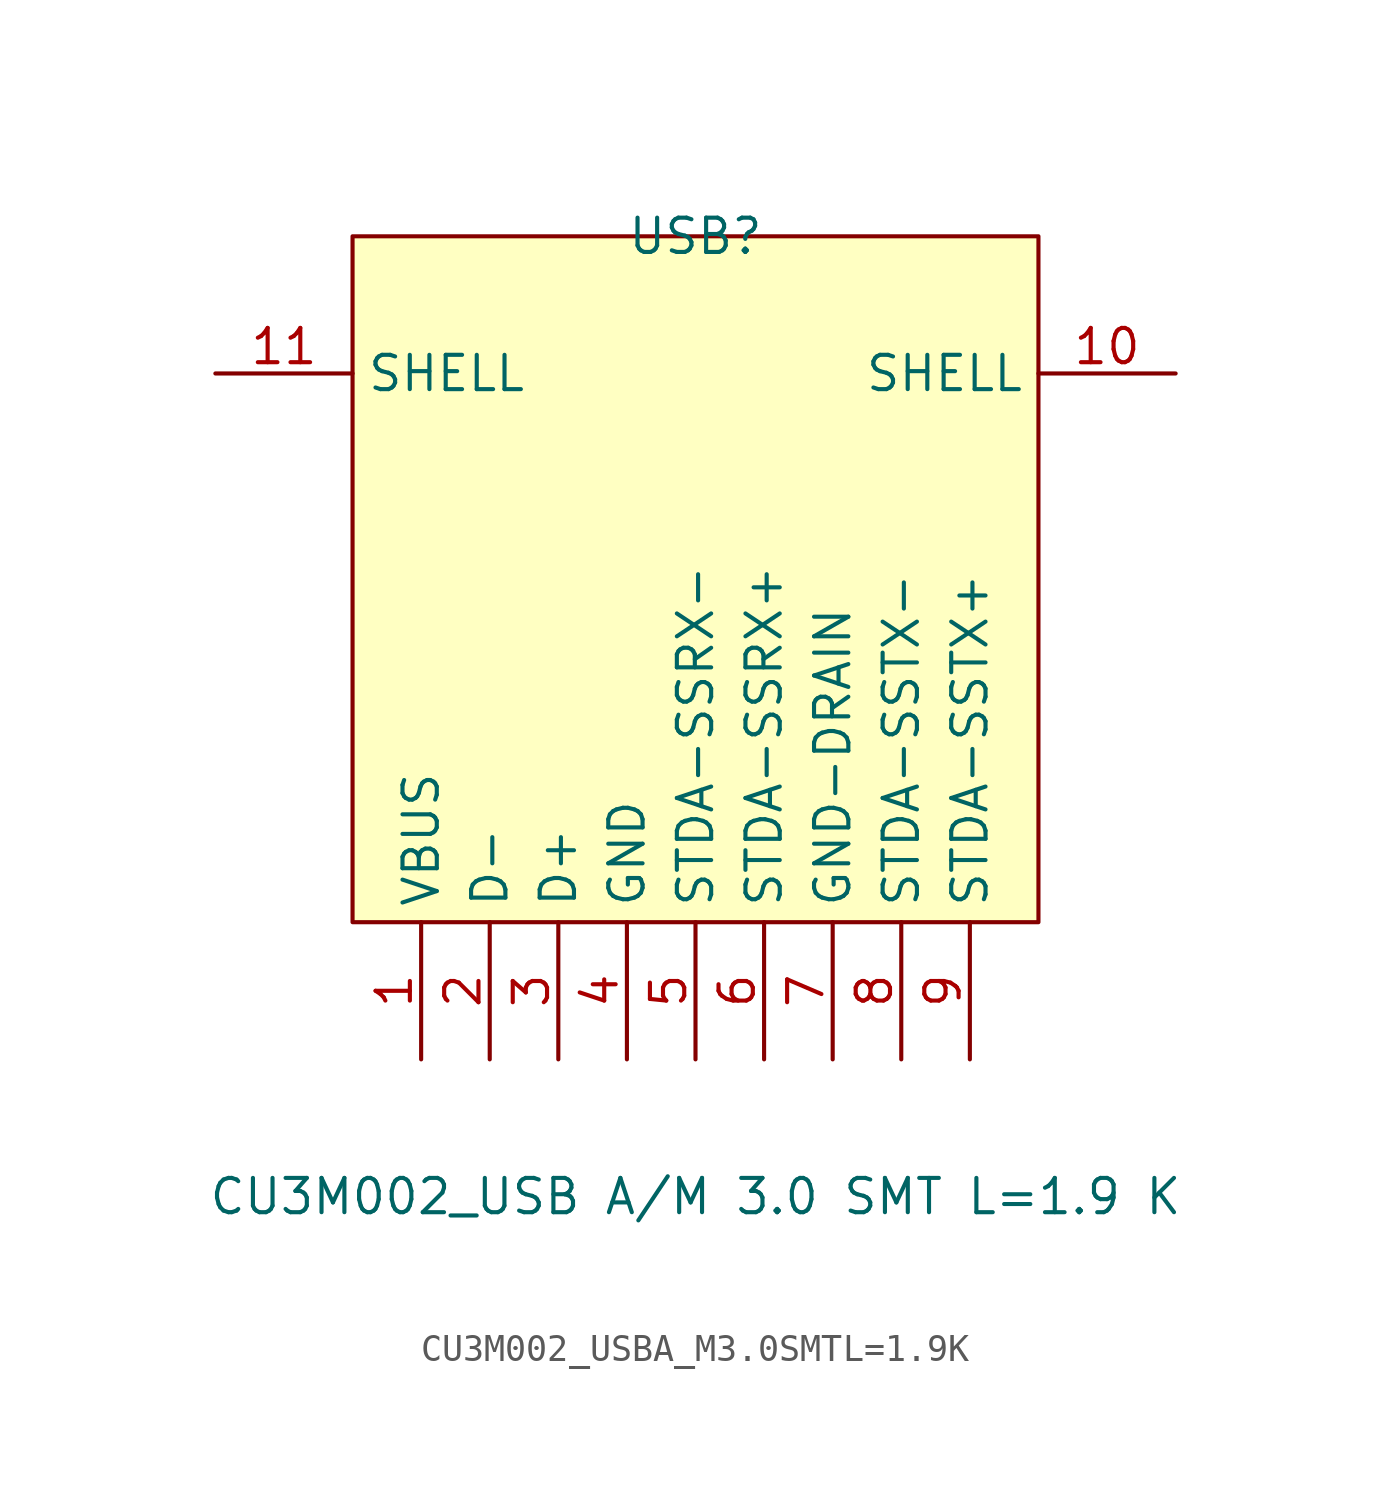
<source format=kicad_sym>
(kicad_symbol_lib
  (version 20211014)
  (generator https://github.com/uPesy/easyeda2kicad.py)
  (symbol "CU3M002_USBA_M3.0SMTL=1.9K"
    (property "Reference" "USB"
      (at 0 12.70 0)
      (effects (font (size 1.27 1.27))))
    (property "Value" "CU3M002_USB A/M 3.0 SMT L=1.9 K"
      (at 0 -22.86 0)
      (effects (font (size 1.27 1.27))))
    (symbol "CU3M002_USBA_M3.0SMTL=1.9K_0_1"
      (rectangle (start -12.70 12.70) (end 12.70 -12.70) (stroke (width 0) (type default) (color 0 0 0 0)) (fill (type background)))
      (pin unspecified line (at -10.16 -17.78 90) (length 5.08) (name "VBUS" (effects (font (size 1.27 1.27)))) (number "1" (effects (font (size 1.27 1.27)))))
      (pin unspecified line (at -7.62 -17.78 90) (length 5.08) (name "D-" (effects (font (size 1.27 1.27)))) (number "2" (effects (font (size 1.27 1.27)))))
      (pin unspecified line (at -5.08 -17.78 90) (length 5.08) (name "D+" (effects (font (size 1.27 1.27)))) (number "3" (effects (font (size 1.27 1.27)))))
      (pin unspecified line (at -2.54 -17.78 90) (length 5.08) (name "GND" (effects (font (size 1.27 1.27)))) (number "4" (effects (font (size 1.27 1.27)))))
      (pin unspecified line (at 0.00 -17.78 90) (length 5.08) (name "STDA-SSRX-" (effects (font (size 1.27 1.27)))) (number "5" (effects (font (size 1.27 1.27)))))
      (pin unspecified line (at 2.54 -17.78 90) (length 5.08) (name "STDA-SSRX+" (effects (font (size 1.27 1.27)))) (number "6" (effects (font (size 1.27 1.27)))))
      (pin unspecified line (at 5.08 -17.78 90) (length 5.08) (name "GND-DRAIN" (effects (font (size 1.27 1.27)))) (number "7" (effects (font (size 1.27 1.27)))))
      (pin unspecified line (at 7.62 -17.78 90) (length 5.08) (name "STDA-SSTX-" (effects (font (size 1.27 1.27)))) (number "8" (effects (font (size 1.27 1.27)))))
      (pin unspecified line (at 10.16 -17.78 90) (length 5.08) (name "STDA-SSTX+" (effects (font (size 1.27 1.27)))) (number "9" (effects (font (size 1.27 1.27)))))
      (pin unspecified line (at 17.78 7.62 180) (length 5.08) (name "SHELL" (effects (font (size 1.27 1.27)))) (number "10" (effects (font (size 1.27 1.27)))))
      (pin unspecified line (at -17.78 7.62 0) (length 5.08) (name "SHELL" (effects (font (size 1.27 1.27)))) (number "11" (effects (font (size 1.27 1.27))))))))
</source>
